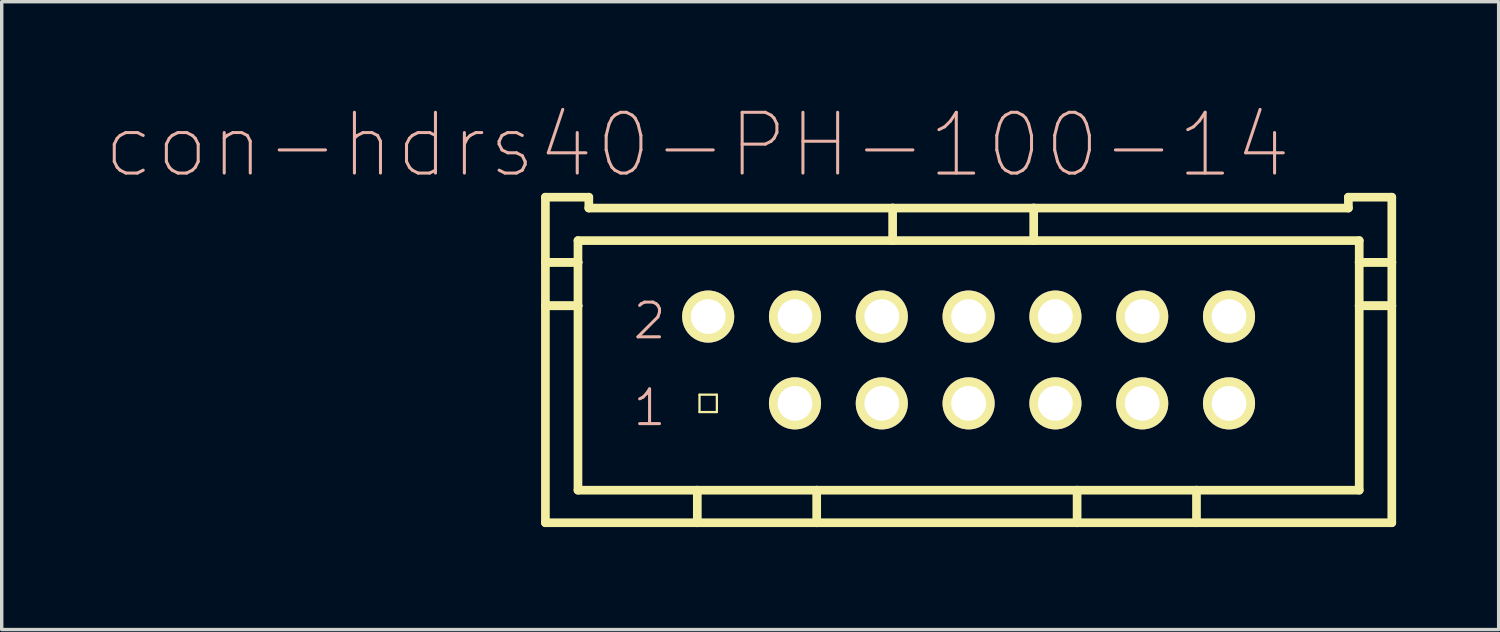
<source format=kicad_pcb>
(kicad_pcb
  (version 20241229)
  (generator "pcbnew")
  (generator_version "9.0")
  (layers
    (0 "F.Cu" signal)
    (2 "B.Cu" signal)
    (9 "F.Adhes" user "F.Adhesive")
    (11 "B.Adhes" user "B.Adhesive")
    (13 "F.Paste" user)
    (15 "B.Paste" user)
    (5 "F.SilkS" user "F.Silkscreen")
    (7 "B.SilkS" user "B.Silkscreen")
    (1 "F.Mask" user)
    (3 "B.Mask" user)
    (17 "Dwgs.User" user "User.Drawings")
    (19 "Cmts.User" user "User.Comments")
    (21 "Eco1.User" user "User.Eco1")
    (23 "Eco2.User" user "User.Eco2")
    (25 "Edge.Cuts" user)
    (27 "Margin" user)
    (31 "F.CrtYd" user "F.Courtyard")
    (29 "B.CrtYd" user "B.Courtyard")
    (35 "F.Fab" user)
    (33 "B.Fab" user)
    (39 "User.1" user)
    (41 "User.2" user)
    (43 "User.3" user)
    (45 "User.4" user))
  (footprint "con-hdrs40-PH-100-14"
    (layer "F.Cu")
    (at 25.292 7.483)
    (property "Reference" "con-hdrs40-PH-100-14" (at -7.938 -6.287 0) (layer "B.SilkS") (effects (font (size 1.778 1.778) (thickness 0.089))))
    (attr exclude_from_pos_files exclude_from_bom)
    (fp_line (start -12.383 -4.763) (end -12.383 -2.857) (stroke (width 0.254) (type solid)) (layer "F.SilkS"))
    (fp_line (start -12.383 -2.857) (end -12.383 -1.587) (stroke (width 0.254) (type solid)) (layer "F.SilkS"))
    (fp_line (start -12.383 -2.857) (end -11.43 -2.857) (stroke (width 0.254) (type solid)) (layer "F.SilkS"))
    (fp_line (start -12.383 -2.857) (end -11.43 -2.857) (stroke (width 0.254) (type solid)) (layer "F.SilkS"))
    (fp_line (start -12.383 -1.587) (end -12.383 4.763) (stroke (width 0.254) (type solid)) (layer "F.SilkS"))
    (fp_line (start -12.383 4.763) (end -7.938 4.763) (stroke (width 0.254) (type solid)) (layer "F.SilkS"))
    (fp_line (start -11.43 -3.493) (end -2.223 -3.493) (stroke (width 0.254) (type solid)) (layer "F.SilkS"))
    (fp_line (start -11.43 -2.857) (end -11.43 -3.493) (stroke (width 0.254) (type solid)) (layer "F.SilkS"))
    (fp_line (start -11.43 -1.587) (end -12.383 -1.587) (stroke (width 0.254) (type solid)) (layer "F.SilkS"))
    (fp_line (start -11.43 -1.587) (end -12.383 -1.587) (stroke (width 0.254) (type solid)) (layer "F.SilkS"))
    (fp_line (start -11.43 -1.587) (end -11.43 -2.857) (stroke (width 0.254) (type solid)) (layer "F.SilkS"))
    (fp_line (start -11.43 3.81) (end -11.43 -1.587) (stroke (width 0.254) (type solid)) (layer "F.SilkS"))
    (fp_line (start -11.113 -4.763) (end -12.383 -4.763) (stroke (width 0.254) (type solid)) (layer "F.SilkS"))
    (fp_line (start -11.113 -4.445) (end -11.113 -4.763) (stroke (width 0.254) (type solid)) (layer "F.SilkS"))
    (fp_line (start -7.938 3.81) (end -11.43 3.81) (stroke (width 0.254) (type solid)) (layer "F.SilkS"))
    (fp_line (start -7.938 3.81) (end -7.938 4.763) (stroke (width 0.254) (type solid)) (layer "F.SilkS"))
    (fp_line (start -7.938 4.763) (end -4.445 4.763) (stroke (width 0.254) (type solid)) (layer "F.SilkS"))
    (fp_line (start -7.874 -1.524) (end -7.366 -1.524) (stroke (width 0.066) (type solid)) (layer "F.SilkS"))
    (fp_line (start -7.874 -1.016) (end -7.874 -1.524) (stroke (width 0.066) (type solid)) (layer "F.SilkS"))
    (fp_line (start -7.874 -1.016) (end -7.366 -1.016) (stroke (width 0.066) (type solid)) (layer "F.SilkS"))
    (fp_line (start -7.874 1.016) (end -7.366 1.016) (stroke (width 0.066) (type solid)) (layer "F.SilkS"))
    (fp_line (start -7.874 1.524) (end -7.874 1.016) (stroke (width 0.066) (type solid)) (layer "F.SilkS"))
    (fp_line (start -7.874 1.524) (end -7.366 1.524) (stroke (width 0.066) (type solid)) (layer "F.SilkS"))
    (fp_line (start -7.366 -1.016) (end -7.366 -1.524) (stroke (width 0.066) (type solid)) (layer "F.SilkS"))
    (fp_line (start -7.366 1.524) (end -7.366 1.016) (stroke (width 0.066) (type solid)) (layer "F.SilkS"))
    (fp_line (start -5.334 -1.524) (end -4.826 -1.524) (stroke (width 0.066) (type solid)) (layer "F.SilkS"))
    (fp_line (start -5.334 -1.016) (end -5.334 -1.524) (stroke (width 0.066) (type solid)) (layer "F.SilkS"))
    (fp_line (start -5.334 -1.016) (end -4.826 -1.016) (stroke (width 0.066) (type solid)) (layer "F.SilkS"))
    (fp_line (start -5.334 1.016) (end -4.826 1.016) (stroke (width 0.066) (type solid)) (layer "F.SilkS"))
    (fp_line (start -5.334 1.524) (end -5.334 1.016) (stroke (width 0.066) (type solid)) (layer "F.SilkS"))
    (fp_line (start -5.334 1.524) (end -4.826 1.524) (stroke (width 0.066) (type solid)) (layer "F.SilkS"))
    (fp_line (start -4.826 -1.016) (end -4.826 -1.524) (stroke (width 0.066) (type solid)) (layer "F.SilkS"))
    (fp_line (start -4.826 1.524) (end -4.826 1.016) (stroke (width 0.066) (type solid)) (layer "F.SilkS"))
    (fp_line (start -4.445 3.81) (end -7.938 3.81) (stroke (width 0.254) (type solid)) (layer "F.SilkS"))
    (fp_line (start -4.445 3.81) (end -4.445 4.763) (stroke (width 0.254) (type solid)) (layer "F.SilkS"))
    (fp_line (start -4.445 3.81) (end 3.175 3.81) (stroke (width 0.254) (type solid)) (layer "F.SilkS"))
    (fp_line (start -4.445 4.763) (end 3.175 4.763) (stroke (width 0.254) (type solid)) (layer "F.SilkS"))
    (fp_line (start -2.794 -1.524) (end -2.286 -1.524) (stroke (width 0.066) (type solid)) (layer "F.SilkS"))
    (fp_line (start -2.794 -1.016) (end -2.794 -1.524) (stroke (width 0.066) (type solid)) (layer "F.SilkS"))
    (fp_line (start -2.794 -1.016) (end -2.286 -1.016) (stroke (width 0.066) (type solid)) (layer "F.SilkS"))
    (fp_line (start -2.794 1.016) (end -2.286 1.016) (stroke (width 0.066) (type solid)) (layer "F.SilkS"))
    (fp_line (start -2.794 1.524) (end -2.794 1.016) (stroke (width 0.066) (type solid)) (layer "F.SilkS"))
    (fp_line (start -2.794 1.524) (end -2.286 1.524) (stroke (width 0.066) (type solid)) (layer "F.SilkS"))
    (fp_line (start -2.286 -1.016) (end -2.286 -1.524) (stroke (width 0.066) (type solid)) (layer "F.SilkS"))
    (fp_line (start -2.286 1.524) (end -2.286 1.016) (stroke (width 0.066) (type solid)) (layer "F.SilkS"))
    (fp_line (start -2.223 -4.445) (end -11.113 -4.445) (stroke (width 0.254) (type solid)) (layer "F.SilkS"))
    (fp_line (start -2.223 -4.445) (end -2.223 -3.493) (stroke (width 0.254) (type solid)) (layer "F.SilkS"))
    (fp_line (start -2.223 -3.493) (end 1.905 -3.493) (stroke (width 0.254) (type solid)) (layer "F.SilkS"))
    (fp_line (start -0.254 -1.524) (end 0.254 -1.524) (stroke (width 0.066) (type solid)) (layer "F.SilkS"))
    (fp_line (start -0.254 -1.016) (end -0.254 -1.524) (stroke (width 0.066) (type solid)) (layer "F.SilkS"))
    (fp_line (start -0.254 -1.016) (end 0.254 -1.016) (stroke (width 0.066) (type solid)) (layer "F.SilkS"))
    (fp_line (start -0.254 1.016) (end 0.254 1.016) (stroke (width 0.066) (type solid)) (layer "F.SilkS"))
    (fp_line (start -0.254 1.524) (end -0.254 1.016) (stroke (width 0.066) (type solid)) (layer "F.SilkS"))
    (fp_line (start -0.254 1.524) (end 0.254 1.524) (stroke (width 0.066) (type solid)) (layer "F.SilkS"))
    (fp_line (start 0.254 -1.016) (end 0.254 -1.524) (stroke (width 0.066) (type solid)) (layer "F.SilkS"))
    (fp_line (start 0.254 1.524) (end 0.254 1.016) (stroke (width 0.066) (type solid)) (layer "F.SilkS"))
    (fp_line (start 1.905 -4.445) (end -2.223 -4.445) (stroke (width 0.254) (type solid)) (layer "F.SilkS"))
    (fp_line (start 1.905 -4.445) (end 1.905 -3.493) (stroke (width 0.254) (type solid)) (layer "F.SilkS"))
    (fp_line (start 1.905 -3.493) (end 11.43 -3.493) (stroke (width 0.254) (type solid)) (layer "F.SilkS"))
    (fp_line (start 2.286 -1.524) (end 2.794 -1.524) (stroke (width 0.066) (type solid)) (layer "F.SilkS"))
    (fp_line (start 2.286 -1.016) (end 2.286 -1.524) (stroke (width 0.066) (type solid)) (layer "F.SilkS"))
    (fp_line (start 2.286 -1.016) (end 2.794 -1.016) (stroke (width 0.066) (type solid)) (layer "F.SilkS"))
    (fp_line (start 2.286 1.016) (end 2.794 1.016) (stroke (width 0.066) (type solid)) (layer "F.SilkS"))
    (fp_line (start 2.286 1.524) (end 2.286 1.016) (stroke (width 0.066) (type solid)) (layer "F.SilkS"))
    (fp_line (start 2.286 1.524) (end 2.794 1.524) (stroke (width 0.066) (type solid)) (layer "F.SilkS"))
    (fp_line (start 2.794 -1.016) (end 2.794 -1.524) (stroke (width 0.066) (type solid)) (layer "F.SilkS"))
    (fp_line (start 2.794 1.524) (end 2.794 1.016) (stroke (width 0.066) (type solid)) (layer "F.SilkS"))
    (fp_line (start 3.175 3.81) (end 3.175 4.763) (stroke (width 0.254) (type solid)) (layer "F.SilkS"))
    (fp_line (start 3.175 3.81) (end 6.668 3.81) (stroke (width 0.254) (type solid)) (layer "F.SilkS"))
    (fp_line (start 3.175 4.763) (end 6.668 4.763) (stroke (width 0.254) (type solid)) (layer "F.SilkS"))
    (fp_line (start 4.826 -1.524) (end 5.334 -1.524) (stroke (width 0.066) (type solid)) (layer "F.SilkS"))
    (fp_line (start 4.826 -1.016) (end 4.826 -1.524) (stroke (width 0.066) (type solid)) (layer "F.SilkS"))
    (fp_line (start 4.826 -1.016) (end 5.334 -1.016) (stroke (width 0.066) (type solid)) (layer "F.SilkS"))
    (fp_line (start 4.826 1.016) (end 5.334 1.016) (stroke (width 0.066) (type solid)) (layer "F.SilkS"))
    (fp_line (start 4.826 1.524) (end 4.826 1.016) (stroke (width 0.066) (type solid)) (layer "F.SilkS"))
    (fp_line (start 4.826 1.524) (end 5.334 1.524) (stroke (width 0.066) (type solid)) (layer "F.SilkS"))
    (fp_line (start 5.334 -1.016) (end 5.334 -1.524) (stroke (width 0.066) (type solid)) (layer "F.SilkS"))
    (fp_line (start 5.334 1.524) (end 5.334 1.016) (stroke (width 0.066) (type solid)) (layer "F.SilkS"))
    (fp_line (start 6.668 3.81) (end 6.668 4.763) (stroke (width 0.254) (type solid)) (layer "F.SilkS"))
    (fp_line (start 6.668 3.81) (end 11.43 3.81) (stroke (width 0.254) (type solid)) (layer "F.SilkS"))
    (fp_line (start 6.668 4.763) (end 12.383 4.763) (stroke (width 0.254) (type solid)) (layer "F.SilkS"))
    (fp_line (start 7.366 -1.524) (end 7.874 -1.524) (stroke (width 0.066) (type solid)) (layer "F.SilkS"))
    (fp_line (start 7.366 -1.016) (end 7.366 -1.524) (stroke (width 0.066) (type solid)) (layer "F.SilkS"))
    (fp_line (start 7.366 -1.016) (end 7.874 -1.016) (stroke (width 0.066) (type solid)) (layer "F.SilkS"))
    (fp_line (start 7.366 1.016) (end 7.874 1.016) (stroke (width 0.066) (type solid)) (layer "F.SilkS"))
    (fp_line (start 7.366 1.524) (end 7.366 1.016) (stroke (width 0.066) (type solid)) (layer "F.SilkS"))
    (fp_line (start 7.366 1.524) (end 7.874 1.524) (stroke (width 0.066) (type solid)) (layer "F.SilkS"))
    (fp_line (start 7.874 -1.016) (end 7.874 -1.524) (stroke (width 0.066) (type solid)) (layer "F.SilkS"))
    (fp_line (start 7.874 1.524) (end 7.874 1.016) (stroke (width 0.066) (type solid)) (layer "F.SilkS"))
    (fp_line (start 11.113 -4.763) (end 11.113 -4.445) (stroke (width 0.254) (type solid)) (layer "F.SilkS"))
    (fp_line (start 11.113 -4.445) (end 1.905 -4.445) (stroke (width 0.254) (type solid)) (layer "F.SilkS"))
    (fp_line (start 11.43 -3.493) (end 11.43 -2.857) (stroke (width 0.254) (type solid)) (layer "F.SilkS"))
    (fp_line (start 11.43 -2.857) (end 11.43 -1.587) (stroke (width 0.254) (type solid)) (layer "F.SilkS"))
    (fp_line (start 11.43 -2.857) (end 12.383 -2.857) (stroke (width 0.254) (type solid)) (layer "F.SilkS"))
    (fp_line (start 11.43 -2.857) (end 12.383 -2.857) (stroke (width 0.254) (type solid)) (layer "F.SilkS"))
    (fp_line (start 11.43 -1.587) (end 11.43 3.81) (stroke (width 0.254) (type solid)) (layer "F.SilkS"))
    (fp_line (start 11.43 -1.587) (end 12.383 -1.587) (stroke (width 0.254) (type solid)) (layer "F.SilkS"))
    (fp_line (start 11.43 -1.587) (end 12.383 -1.587) (stroke (width 0.254) (type solid)) (layer "F.SilkS"))
    (fp_line (start 12.383 -4.763) (end 11.113 -4.763) (stroke (width 0.254) (type solid)) (layer "F.SilkS"))
    (fp_line (start 12.383 -2.857) (end 12.383 -4.763) (stroke (width 0.254) (type solid)) (layer "F.SilkS"))
    (fp_line (start 12.383 -1.587) (end 12.383 -2.857) (stroke (width 0.254) (type solid)) (layer "F.SilkS"))
    (fp_line (start 12.383 4.763) (end 12.383 -1.587) (stroke (width 0.254) (type solid)) (layer "F.SilkS"))
    (fp_text user "2" (at -9.335 -1.143 0) (layer "B.SilkS") (effects (font (size 1.016 1.016) (thickness 0.089))))
    (fp_text user "1" (at -9.335 1.397 0) (layer "B.SilkS") (effects (font (size 1.016 1.016) (thickness 0.089))))
    (pad "1" thru_hole rect (at -7.62 1.27) (size 0.001 0.001) (drill 1.016) (layers "*.Cu" "F.Mask" "F.SilkS" "F.Paste"))
    (pad "2" thru_hole circle (at -7.62 -1.27) (size 1.524 1.524) (drill 1.016) (layers "*.Cu" "F.Mask" "F.SilkS" "F.Paste"))
    (pad "3" thru_hole circle (at -5.08 1.27) (size 1.524 1.524) (drill 1.016) (layers "*.Cu" "F.Mask" "F.SilkS" "F.Paste"))
    (pad "4" thru_hole circle (at -5.08 -1.27) (size 1.524 1.524) (drill 1.016) (layers "*.Cu" "F.Mask" "F.SilkS" "F.Paste"))
    (pad "5" thru_hole circle (at -2.54 1.27) (size 1.524 1.524) (drill 1.016) (layers "*.Cu" "F.Mask" "F.SilkS" "F.Paste"))
    (pad "6" thru_hole circle (at -2.54 -1.27) (size 1.524 1.524) (drill 1.016) (layers "*.Cu" "F.Mask" "F.SilkS" "F.Paste"))
    (pad "7" thru_hole circle (at 0 1.27) (size 1.524 1.524) (drill 1.016) (layers "*.Cu" "F.Mask" "F.SilkS" "F.Paste"))
    (pad "8" thru_hole circle (at 0 -1.27) (size 1.524 1.524) (drill 1.016) (layers "*.Cu" "F.Mask" "F.SilkS" "F.Paste"))
    (pad "9" thru_hole circle (at 2.54 1.27) (size 1.524 1.524) (drill 1.016) (layers "*.Cu" "F.Mask" "F.SilkS" "F.Paste"))
    (pad "10" thru_hole circle (at 2.54 -1.27) (size 1.524 1.524) (drill 1.016) (layers "*.Cu" "F.Mask" "F.SilkS" "F.Paste"))
    (pad "11" thru_hole circle (at 5.08 1.27) (size 1.524 1.524) (drill 1.016) (layers "*.Cu" "F.Mask" "F.SilkS" "F.Paste"))
    (pad "12" thru_hole circle (at 5.08 -1.27) (size 1.524 1.524) (drill 1.016) (layers "*.Cu" "F.Mask" "F.SilkS" "F.Paste"))
    (pad "13" thru_hole circle (at 7.62 1.27) (size 1.524 1.524) (drill 1.016) (layers "*.Cu" "F.Mask" "F.SilkS" "F.Paste"))
    (pad "14" thru_hole circle (at 7.62 -1.27) (size 1.524 1.524) (drill 1.016) (layers "*.Cu" "F.Mask" "F.SilkS" "F.Paste")))
  (gr_rect
    (start -3 -3)
    (end 40.802 15.372)
    (stroke (width 0.1) (type default))
    (fill no)
    (layer "Edge.Cuts")))
</source>
